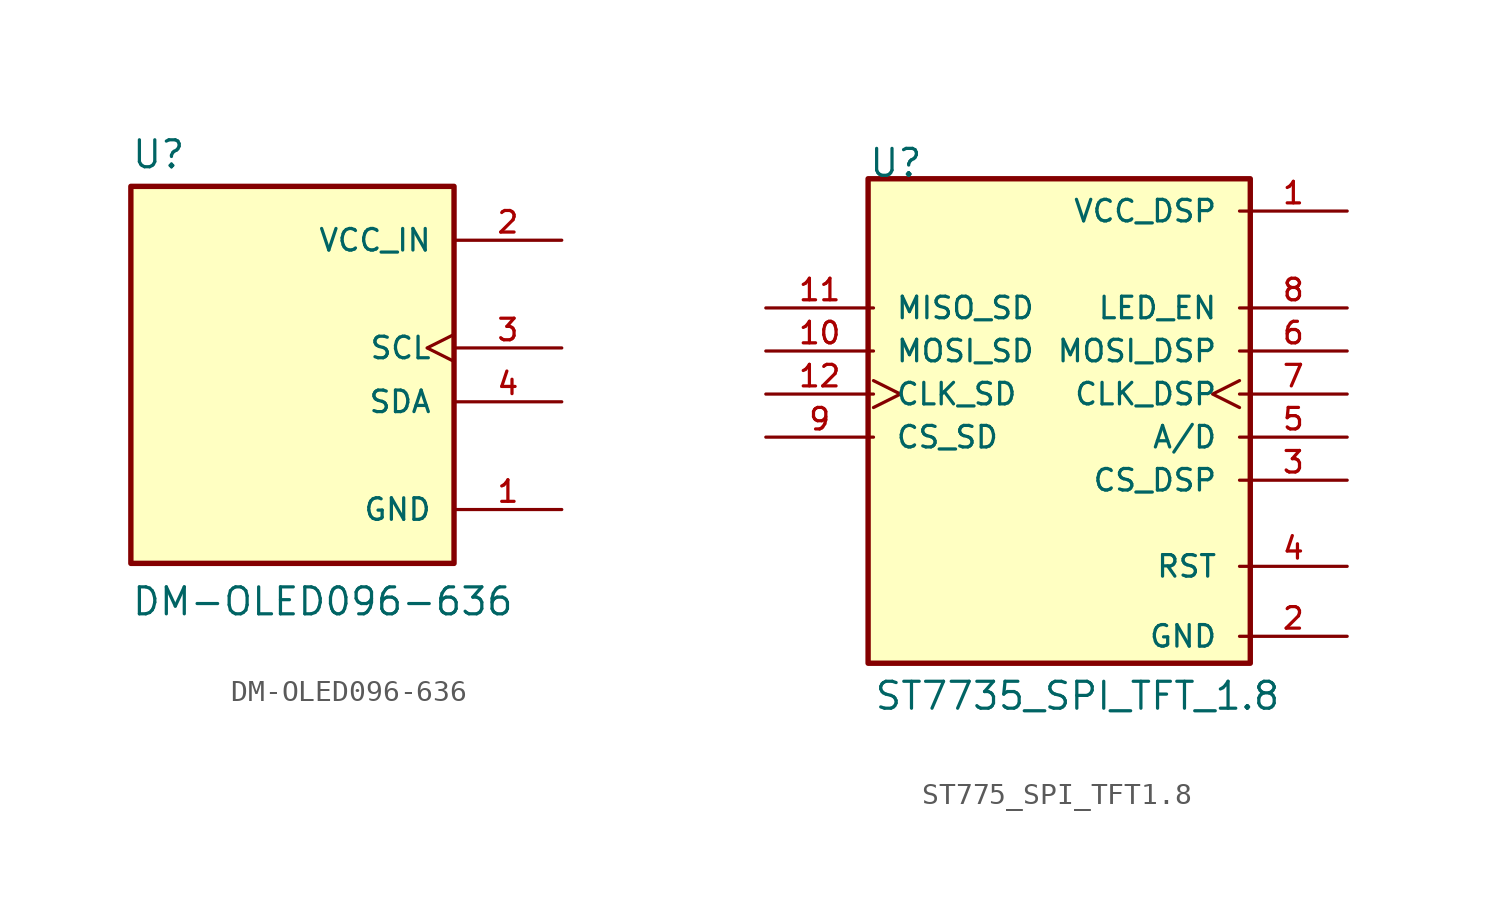
<source format=kicad_sym>
(kicad_symbol_lib
  (version 20231120)
  (generator "kicad_symbol_editor")
  (generator_version "8.0")
  (symbol "DM-OLED096-636"
    (pin_names
      (offset 1.016))
    (property "Reference" "U"
      (at -7.62 10.922 0)
      (effects (font (size 1.27 1.27)) (justify left bottom)))
    (property "Value" "DM-OLED096-636"
      (at -7.62 -10.16 0)
      (effects (font (size 1.27 1.27)) (justify left bottom)))
    (symbol "DM-OLED096-636_0_0"
      (rectangle (start -7.62 10.16) (end 7.62 -7.62) (stroke (width 0.254) (type default)) (fill (type background)))
      (pin power_in line (at 12.7 -5.08 180) (length 5.08) (name "GND" (effects (font (size 1.016 1.016)))) (number "1" (effects (font (size 1.016 1.016)))))
      (pin power_in line (at 12.7 7.62 180) (length 5.08) (name "VCC_IN" (effects (font (size 1.016 1.016)))) (number "2" (effects (font (size 1.016 1.016)))))
      (pin input clock (at 12.7 2.54 180) (length 5.08) (name "SCL" (effects (font (size 1.016 1.016)))) (number "3" (effects (font (size 1.016 1.016)))))
      (pin bidirectional line (at 12.7 0 180) (length 5.08) (name "SDA" (effects (font (size 1.016 1.016)))) (number "4" (effects (font (size 1.016 1.016)))))))
  (symbol "ST775_SPI_TFT1.8"
    (pin_names
      (offset 1.016))
    (property "Reference" "U"
      (at -9.906 12.7 0)
      (effects (font (size 1.27 1.27)) (justify left bottom)))
    (property "Value" "ST7735_SPI_TFT_1.8"
      (at -9.652 -12.446 0)
      (effects (font (size 1.27 1.27)) (justify left bottom)))
    (symbol "ST775_SPI_TFT1.8_0_0"
      (rectangle (start -9.906 12.7) (end 8.128 -10.16) (stroke (width 0.254) (type default)) (fill (type background)))
      (pin power_in line (at 12.7 11.176 180) (length 5.08) (name "VCC_DSP" (effects (font (size 1.016 1.016)))) (number "1" (effects (font (size 1.016 1.016)))))
      (pin input line (at -14.732 4.572 0) (length 5.08) (name "MOSI_SD" (effects (font (size 1.016 1.016)))) (number "10" (effects (font (size 1.016 1.016)))))
      (pin output line (at -14.732 6.604 0) (length 5.08) (name "MISO_SD" (effects (font (size 1.016 1.016)))) (number "11" (effects (font (size 1.016 1.016)))))
      (pin input clock (at -14.732 2.54 0) (length 5.08) (name "CLK_SD" (effects (font (size 1.016 1.016)))) (number "12" (effects (font (size 1.016 1.016)))))
      (pin power_in line (at 12.7 -8.89 180) (length 5.08) (name "GND" (effects (font (size 1.016 1.016)))) (number "2" (effects (font (size 1.016 1.016)))))
      (pin input line (at 12.7 -1.524 180) (length 5.08) (name "CS_DSP" (effects (font (size 1.016 1.016)))) (number "3" (effects (font (size 1.016 1.016)))))
      (pin input line (at 12.7 -5.588 180) (length 5.08) (name "RST" (effects (font (size 1.016 1.016)))) (number "4" (effects (font (size 1.016 1.016)))))
      (pin input line (at 12.7 0.508 180) (length 5.08) (name "A/D" (effects (font (size 1.016 1.016)))) (number "5" (effects (font (size 1.016 1.016)))))
      (pin input line (at 12.7 4.572 180) (length 5.08) (name "MOSI_DSP" (effects (font (size 1.016 1.016)))) (number "6" (effects (font (size 1.016 1.016)))))
      (pin input clock (at 12.7 2.54 180) (length 5.08) (name "CLK_DSP" (effects (font (size 1.016 1.016)))) (number "7" (effects (font (size 1.016 1.016)))))
      (pin input line (at 12.7 6.604 180) (length 5.08) (name "LED_EN" (effects (font (size 1.016 1.016)))) (number "8" (effects (font (size 1.016 1.016)))))
      (pin input line (at -14.732 0.508 0) (length 5.08) (name "CS_SD" (effects (font (size 1.016 1.016)))) (number "9" (effects (font (size 1.016 1.016))))))))
</source>
